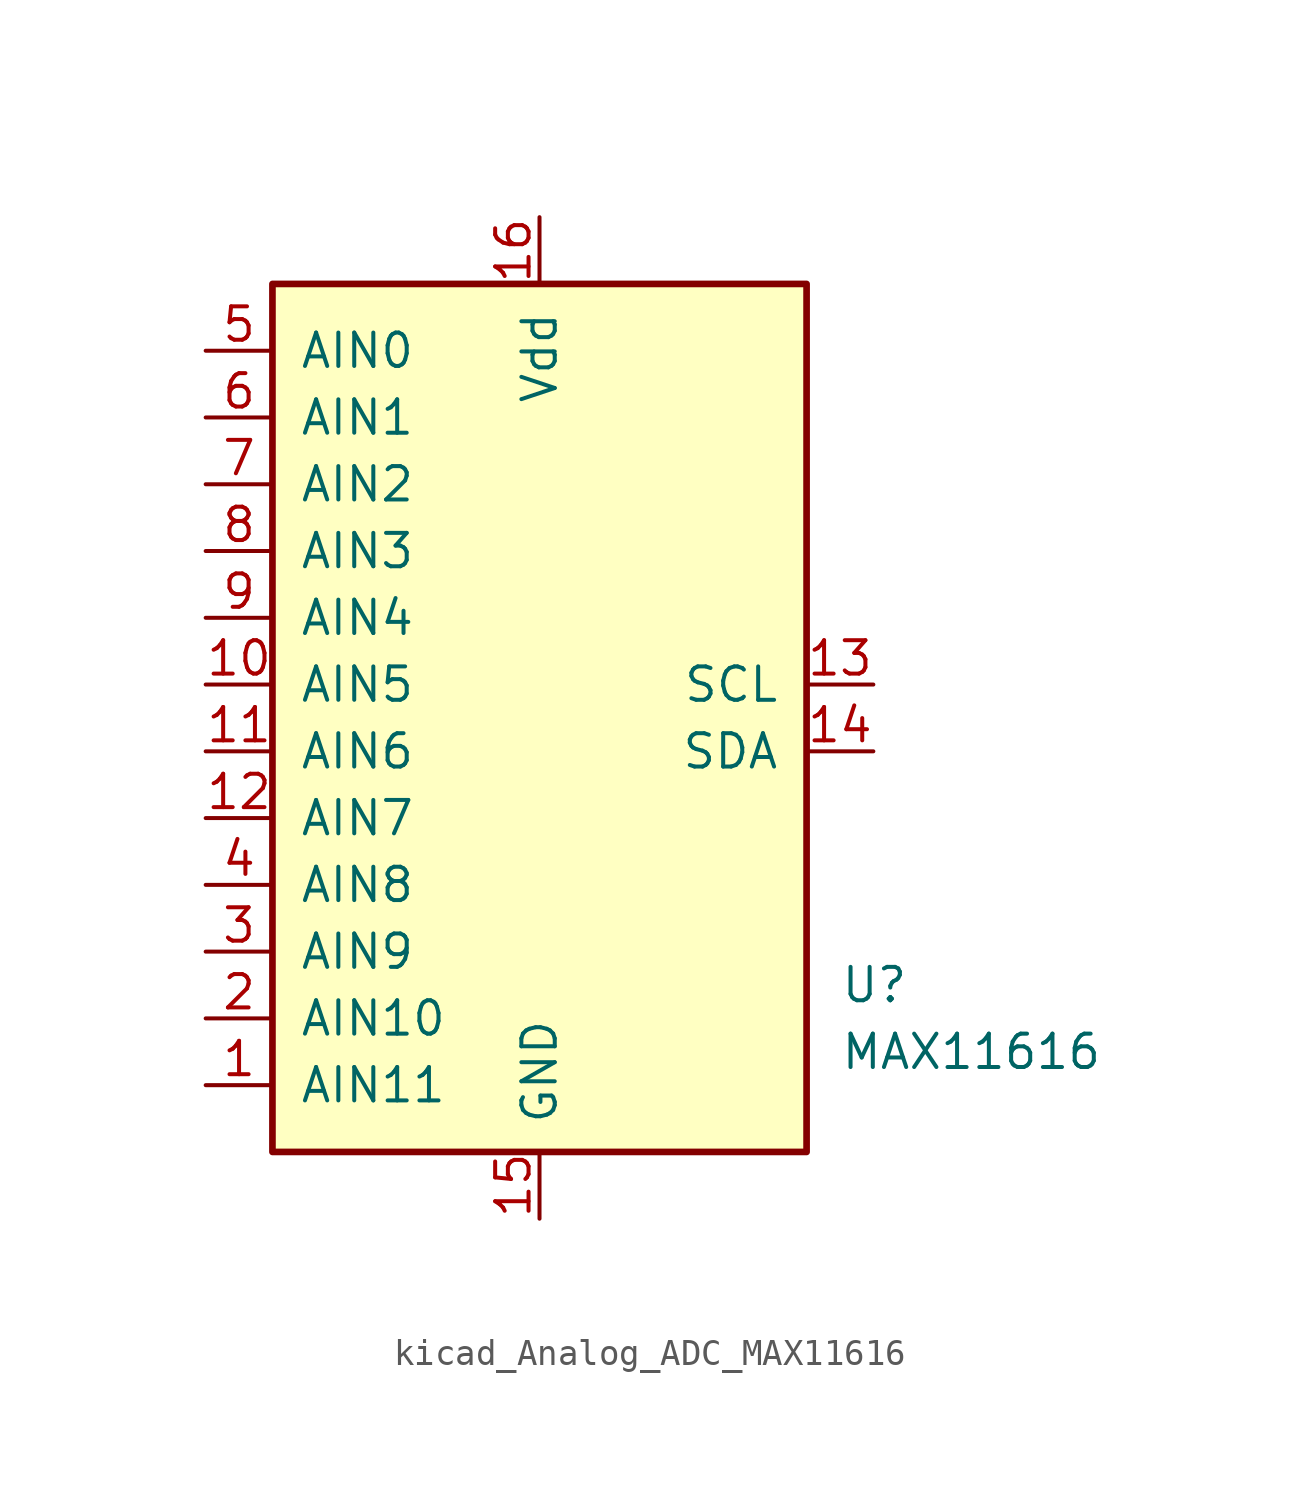
<source format=kicad_sym>
(kicad_symbol_lib
  (version 20220914)
  (generator kicad_symbol_editor)
  (symbol "kicad_Analog_ADC_MAX11616"
    (pin_names
      (offset 1.016))
    (property "Reference" "U"
      (at 11.43 -11.43 0)
      (effects (font (size 1.27 1.27)) (justify left)))
    (property "Value" "MAX11616"
      (at 11.43 -13.97 0)
      (effects (font (size 1.27 1.27)) (justify left)))
    (symbol "kicad_Analog_ADC_MAX11616_0_1"
      (rectangle (start -10.16 15.24) (end 10.16 -17.78) (stroke (width 0.254) (type default)) (fill (type background))))
    (symbol "kicad_Analog_ADC_MAX11616_1_1"
      (pin input line (at -12.7 -15.24 0) (length 2.54) (name "AIN11" (effects (font (size 1.27 1.27)))) (number "1" (effects (font (size 1.27 1.27)))))
      (pin input line (at -12.7 0 0) (length 2.54) (name "AIN5" (effects (font (size 1.27 1.27)))) (number "10" (effects (font (size 1.27 1.27)))))
      (pin input line (at -12.7 -2.54 0) (length 2.54) (name "AIN6" (effects (font (size 1.27 1.27)))) (number "11" (effects (font (size 1.27 1.27)))))
      (pin input line (at -12.7 -5.08 0) (length 2.54) (name "AIN7" (effects (font (size 1.27 1.27)))) (number "12" (effects (font (size 1.27 1.27)))))
      (pin input line (at 12.7 0 180) (length 2.54) (name "SCL" (effects (font (size 1.27 1.27)))) (number "13" (effects (font (size 1.27 1.27)))))
      (pin bidirectional line (at 12.7 -2.54 180) (length 2.54) (name "SDA" (effects (font (size 1.27 1.27)))) (number "14" (effects (font (size 1.27 1.27)))))
      (pin power_in line (at 0 -20.32 90) (length 2.54) (name "GND" (effects (font (size 1.27 1.27)))) (number "15" (effects (font (size 1.27 1.27)))))
      (pin power_in line (at 0 17.78 270) (length 2.54) (name "Vdd" (effects (font (size 1.27 1.27)))) (number "16" (effects (font (size 1.27 1.27)))))
      (pin input line (at -12.7 -12.7 0) (length 2.54) (name "AIN10" (effects (font (size 1.27 1.27)))) (number "2" (effects (font (size 1.27 1.27)))))
      (pin input line (at -12.7 -10.16 0) (length 2.54) (name "AIN9" (effects (font (size 1.27 1.27)))) (number "3" (effects (font (size 1.27 1.27)))))
      (pin input line (at -12.7 -7.62 0) (length 2.54) (name "AIN8" (effects (font (size 1.27 1.27)))) (number "4" (effects (font (size 1.27 1.27)))))
      (pin input line (at -12.7 12.7 0) (length 2.54) (name "AIN0" (effects (font (size 1.27 1.27)))) (number "5" (effects (font (size 1.27 1.27)))))
      (pin input line (at -12.7 10.16 0) (length 2.54) (name "AIN1" (effects (font (size 1.27 1.27)))) (number "6" (effects (font (size 1.27 1.27)))))
      (pin input line (at -12.7 7.62 0) (length 2.54) (name "AIN2" (effects (font (size 1.27 1.27)))) (number "7" (effects (font (size 1.27 1.27)))))
      (pin input line (at -12.7 5.08 0) (length 2.54) (name "AIN3" (effects (font (size 1.27 1.27)))) (number "8" (effects (font (size 1.27 1.27)))))
      (pin input line (at -12.7 2.54 0) (length 2.54) (name "AIN4" (effects (font (size 1.27 1.27)))) (number "9" (effects (font (size 1.27 1.27))))))))
</source>
